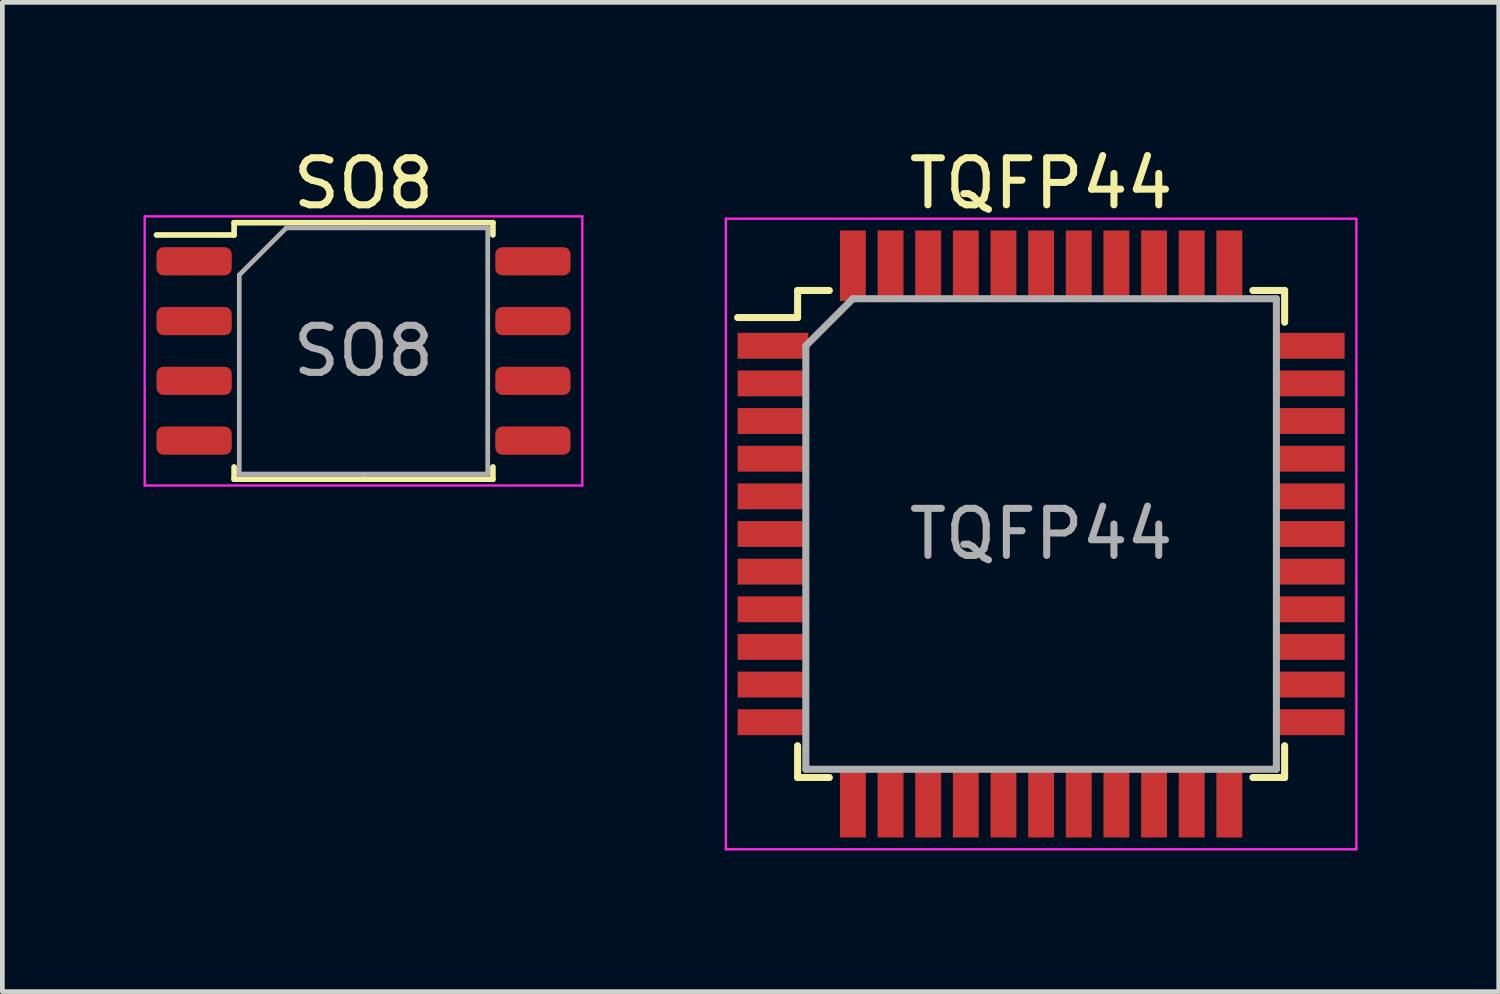
<source format=kicad_pcb>
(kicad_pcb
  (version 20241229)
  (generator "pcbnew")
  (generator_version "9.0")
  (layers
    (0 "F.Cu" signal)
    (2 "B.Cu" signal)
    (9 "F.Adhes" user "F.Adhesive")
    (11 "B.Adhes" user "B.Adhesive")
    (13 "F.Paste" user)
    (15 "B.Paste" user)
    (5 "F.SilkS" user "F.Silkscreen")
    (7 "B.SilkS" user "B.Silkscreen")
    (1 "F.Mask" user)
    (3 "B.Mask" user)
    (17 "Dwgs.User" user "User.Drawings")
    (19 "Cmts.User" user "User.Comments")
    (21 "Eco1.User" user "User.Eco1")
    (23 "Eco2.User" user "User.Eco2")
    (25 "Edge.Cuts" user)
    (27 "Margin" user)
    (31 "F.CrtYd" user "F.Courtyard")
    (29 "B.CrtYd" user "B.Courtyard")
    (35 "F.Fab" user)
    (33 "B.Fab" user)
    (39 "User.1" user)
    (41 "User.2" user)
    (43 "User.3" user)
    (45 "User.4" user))
  (footprint "SO8"
    (layer "F.Cu")
    (at 4.675 4.408)
    (property "Reference" "SO8" (at 0 -3.56 0) (layer "F.SilkS") (effects (font (size 1 1) (thickness 0.15))))
    (attr smd)
    (fp_line (start -2.75 -2.725) (end -2.75 -2.465) (stroke (width 0.12) (type solid)) (layer "F.SilkS"))
    (fp_line (start -2.75 -2.465) (end -4.4 -2.465) (stroke (width 0.12) (type solid)) (layer "F.SilkS"))
    (fp_line (start -2.75 2.725) (end -2.75 2.465) (stroke (width 0.12) (type solid)) (layer "F.SilkS"))
    (fp_line (start 0 -2.725) (end -2.75 -2.725) (stroke (width 0.12) (type solid)) (layer "F.SilkS"))
    (fp_line (start 0 -2.725) (end 2.75 -2.725) (stroke (width 0.12) (type solid)) (layer "F.SilkS"))
    (fp_line (start 0 2.725) (end -2.75 2.725) (stroke (width 0.12) (type solid)) (layer "F.SilkS"))
    (fp_line (start 0 2.725) (end 2.75 2.725) (stroke (width 0.12) (type solid)) (layer "F.SilkS"))
    (fp_line (start 2.75 -2.725) (end 2.75 -2.465) (stroke (width 0.12) (type solid)) (layer "F.SilkS"))
    (fp_line (start 2.75 2.725) (end 2.75 2.465) (stroke (width 0.12) (type solid)) (layer "F.SilkS"))
    (fp_line (start -4.65 -2.86) (end -4.65 2.86) (stroke (width 0.05) (type solid)) (layer "F.CrtYd"))
    (fp_line (start -4.65 2.86) (end 4.65 2.86) (stroke (width 0.05) (type solid)) (layer "F.CrtYd"))
    (fp_line (start 4.65 -2.86) (end -4.65 -2.86) (stroke (width 0.05) (type solid)) (layer "F.CrtYd"))
    (fp_line (start 4.65 2.86) (end 4.65 -2.86) (stroke (width 0.05) (type solid)) (layer "F.CrtYd"))
    (fp_line (start -2.64 -1.615) (end -1.64 -2.615) (stroke (width 0.1) (type solid)) (layer "F.Fab"))
    (fp_line (start -2.64 2.615) (end -2.64 -1.615) (stroke (width 0.1) (type solid)) (layer "F.Fab"))
    (fp_line (start -1.64 -2.615) (end 2.64 -2.615) (stroke (width 0.1) (type solid)) (layer "F.Fab"))
    (fp_line (start 2.64 -2.615) (end 2.64 2.615) (stroke (width 0.1) (type solid)) (layer "F.Fab"))
    (fp_line (start 2.64 2.615) (end -2.64 2.615) (stroke (width 0.1) (type solid)) (layer "F.Fab"))
    (fp_text user "${REFERENCE}" (at 0 0 0) (layer "F.Fab") (effects (font (size 1 1) (thickness 0.15))))
    (pad "1" smd roundrect (at -3.6 -1.905) (size 1.6 0.6) (layers "F.Cu" "F.Mask" "F.Paste") (roundrect_rratio 0.25))
    (pad "2" smd roundrect (at -3.6 -0.635) (size 1.6 0.6) (layers "F.Cu" "F.Mask" "F.Paste") (roundrect_rratio 0.25))
    (pad "3" smd roundrect (at -3.6 0.635) (size 1.6 0.6) (layers "F.Cu" "F.Mask" "F.Paste") (roundrect_rratio 0.25))
    (pad "4" smd roundrect (at -3.6 1.905) (size 1.6 0.6) (layers "F.Cu" "F.Mask" "F.Paste") (roundrect_rratio 0.25))
    (pad "5" smd roundrect (at 3.6 1.905) (size 1.6 0.6) (layers "F.Cu" "F.Mask" "F.Paste") (roundrect_rratio 0.25))
    (pad "6" smd roundrect (at 3.6 0.635) (size 1.6 0.6) (layers "F.Cu" "F.Mask" "F.Paste") (roundrect_rratio 0.25))
    (pad "7" smd roundrect (at 3.6 -0.635) (size 1.6 0.6) (layers "F.Cu" "F.Mask" "F.Paste") (roundrect_rratio 0.25))
    (pad "8" smd roundrect (at 3.6 -1.905) (size 1.6 0.6) (layers "F.Cu" "F.Mask" "F.Paste") (roundrect_rratio 0.25)))
  (footprint "TQFP44"
    (layer "F.Cu")
    (at 19.075 8.298)
    (property "Reference" "TQFP44" (at 0 -7.45 0) (layer "F.SilkS") (effects (font (size 1 1) (thickness 0.15))))
    (attr smd)
    (fp_line (start -5.175 -5.175) (end -5.175 -4.6) (stroke (width 0.15) (type solid)) (layer "F.SilkS"))
    (fp_line (start -5.175 -5.175) (end -4.5 -5.175) (stroke (width 0.15) (type solid)) (layer "F.SilkS"))
    (fp_line (start -5.175 -4.6) (end -6.45 -4.6) (stroke (width 0.15) (type solid)) (layer "F.SilkS"))
    (fp_line (start -5.175 5.175) (end -5.175 4.5) (stroke (width 0.15) (type solid)) (layer "F.SilkS"))
    (fp_line (start -5.175 5.175) (end -4.5 5.175) (stroke (width 0.15) (type solid)) (layer "F.SilkS"))
    (fp_line (start 5.175 -5.175) (end 4.5 -5.175) (stroke (width 0.15) (type solid)) (layer "F.SilkS"))
    (fp_line (start 5.175 -5.175) (end 5.175 -4.5) (stroke (width 0.15) (type solid)) (layer "F.SilkS"))
    (fp_line (start 5.175 5.175) (end 4.5 5.175) (stroke (width 0.15) (type solid)) (layer "F.SilkS"))
    (fp_line (start 5.175 5.175) (end 5.175 4.5) (stroke (width 0.15) (type solid)) (layer "F.SilkS"))
    (fp_line (start -6.7 -6.7) (end -6.7 6.7) (stroke (width 0.05) (type solid)) (layer "F.CrtYd"))
    (fp_line (start -6.7 -6.7) (end 6.7 -6.7) (stroke (width 0.05) (type solid)) (layer "F.CrtYd"))
    (fp_line (start -6.7 6.7) (end 6.7 6.7) (stroke (width 0.05) (type solid)) (layer "F.CrtYd"))
    (fp_line (start 6.7 -6.7) (end 6.7 6.7) (stroke (width 0.05) (type solid)) (layer "F.CrtYd"))
    (fp_line (start -5 -4) (end -4 -5) (stroke (width 0.15) (type solid)) (layer "F.Fab"))
    (fp_line (start -5 5) (end -5 -4) (stroke (width 0.15) (type solid)) (layer "F.Fab"))
    (fp_line (start -4 -5) (end 5 -5) (stroke (width 0.15) (type solid)) (layer "F.Fab"))
    (fp_line (start 5 -5) (end 5 5) (stroke (width 0.15) (type solid)) (layer "F.Fab"))
    (fp_line (start 5 5) (end -5 5) (stroke (width 0.15) (type solid)) (layer "F.Fab"))
    (fp_text user "${REFERENCE}" (at 0 0 0) (layer "F.Fab") (effects (font (size 1 1) (thickness 0.15))))
    (pad "1" smd rect (at -5.7 -4) (size 1.5 0.55) (layers "F.Cu" "F.Mask" "F.Paste"))
    (pad "2" smd rect (at -5.7 -3.2) (size 1.5 0.55) (layers "F.Cu" "F.Mask" "F.Paste"))
    (pad "3" smd rect (at -5.7 -2.4) (size 1.5 0.55) (layers "F.Cu" "F.Mask" "F.Paste"))
    (pad "4" smd rect (at -5.7 -1.6) (size 1.5 0.55) (layers "F.Cu" "F.Mask" "F.Paste"))
    (pad "5" smd rect (at -5.7 -0.8) (size 1.5 0.55) (layers "F.Cu" "F.Mask" "F.Paste"))
    (pad "6" smd rect (at -5.7 0) (size 1.5 0.55) (layers "F.Cu" "F.Mask" "F.Paste"))
    (pad "7" smd rect (at -5.7 0.8) (size 1.5 0.55) (layers "F.Cu" "F.Mask" "F.Paste"))
    (pad "8" smd rect (at -5.7 1.6) (size 1.5 0.55) (layers "F.Cu" "F.Mask" "F.Paste"))
    (pad "9" smd rect (at -5.7 2.4) (size 1.5 0.55) (layers "F.Cu" "F.Mask" "F.Paste"))
    (pad "10" smd rect (at -5.7 3.2) (size 1.5 0.55) (layers "F.Cu" "F.Mask" "F.Paste"))
    (pad "11" smd rect (at -5.7 4) (size 1.5 0.55) (layers "F.Cu" "F.Mask" "F.Paste"))
    (pad "12" smd rect (at -4 5.7 90) (size 1.5 0.55) (layers "F.Cu" "F.Mask" "F.Paste"))
    (pad "13" smd rect (at -3.2 5.7 90) (size 1.5 0.55) (layers "F.Cu" "F.Mask" "F.Paste"))
    (pad "14" smd rect (at -2.4 5.7 90) (size 1.5 0.55) (layers "F.Cu" "F.Mask" "F.Paste"))
    (pad "15" smd rect (at -1.6 5.7 90) (size 1.5 0.55) (layers "F.Cu" "F.Mask" "F.Paste"))
    (pad "16" smd rect (at -0.8 5.7 90) (size 1.5 0.55) (layers "F.Cu" "F.Mask" "F.Paste"))
    (pad "17" smd rect (at 0 5.7 90) (size 1.5 0.55) (layers "F.Cu" "F.Mask" "F.Paste"))
    (pad "18" smd rect (at 0.8 5.7 90) (size 1.5 0.55) (layers "F.Cu" "F.Mask" "F.Paste"))
    (pad "19" smd rect (at 1.6 5.7 90) (size 1.5 0.55) (layers "F.Cu" "F.Mask" "F.Paste"))
    (pad "20" smd rect (at 2.4 5.7 90) (size 1.5 0.55) (layers "F.Cu" "F.Mask" "F.Paste"))
    (pad "21" smd rect (at 3.2 5.7 90) (size 1.5 0.55) (layers "F.Cu" "F.Mask" "F.Paste"))
    (pad "22" smd rect (at 4 5.7 90) (size 1.5 0.55) (layers "F.Cu" "F.Mask" "F.Paste"))
    (pad "23" smd rect (at 5.7 4) (size 1.5 0.55) (layers "F.Cu" "F.Mask" "F.Paste"))
    (pad "24" smd rect (at 5.7 3.2) (size 1.5 0.55) (layers "F.Cu" "F.Mask" "F.Paste"))
    (pad "25" smd rect (at 5.7 2.4) (size 1.5 0.55) (layers "F.Cu" "F.Mask" "F.Paste"))
    (pad "26" smd rect (at 5.7 1.6) (size 1.5 0.55) (layers "F.Cu" "F.Mask" "F.Paste"))
    (pad "27" smd rect (at 5.7 0.8) (size 1.5 0.55) (layers "F.Cu" "F.Mask" "F.Paste"))
    (pad "28" smd rect (at 5.7 0) (size 1.5 0.55) (layers "F.Cu" "F.Mask" "F.Paste"))
    (pad "29" smd rect (at 5.7 -0.8) (size 1.5 0.55) (layers "F.Cu" "F.Mask" "F.Paste"))
    (pad "30" smd rect (at 5.7 -1.6) (size 1.5 0.55) (layers "F.Cu" "F.Mask" "F.Paste"))
    (pad "31" smd rect (at 5.7 -2.4) (size 1.5 0.55) (layers "F.Cu" "F.Mask" "F.Paste"))
    (pad "32" smd rect (at 5.7 -3.2) (size 1.5 0.55) (layers "F.Cu" "F.Mask" "F.Paste"))
    (pad "33" smd rect (at 5.7 -4) (size 1.5 0.55) (layers "F.Cu" "F.Mask" "F.Paste"))
    (pad "34" smd rect (at 4 -5.7 90) (size 1.5 0.55) (layers "F.Cu" "F.Mask" "F.Paste"))
    (pad "35" smd rect (at 3.2 -5.7 90) (size 1.5 0.55) (layers "F.Cu" "F.Mask" "F.Paste"))
    (pad "36" smd rect (at 2.4 -5.7 90) (size 1.5 0.55) (layers "F.Cu" "F.Mask" "F.Paste"))
    (pad "37" smd rect (at 1.6 -5.7 90) (size 1.5 0.55) (layers "F.Cu" "F.Mask" "F.Paste"))
    (pad "38" smd rect (at 0.8 -5.7 90) (size 1.5 0.55) (layers "F.Cu" "F.Mask" "F.Paste"))
    (pad "39" smd rect (at 0 -5.7 90) (size 1.5 0.55) (layers "F.Cu" "F.Mask" "F.Paste"))
    (pad "40" smd rect (at -0.8 -5.7 90) (size 1.5 0.55) (layers "F.Cu" "F.Mask" "F.Paste"))
    (pad "41" smd rect (at -1.6 -5.7 90) (size 1.5 0.55) (layers "F.Cu" "F.Mask" "F.Paste"))
    (pad "42" smd rect (at -2.4 -5.7 90) (size 1.5 0.55) (layers "F.Cu" "F.Mask" "F.Paste"))
    (pad "43" smd rect (at -3.2 -5.7 90) (size 1.5 0.55) (layers "F.Cu" "F.Mask" "F.Paste"))
    (pad "44" smd rect (at -4 -5.7 90) (size 1.5 0.55) (layers "F.Cu" "F.Mask" "F.Paste")))
  (gr_rect
    (start -3 -3)
    (end 28.8 18.023)
    (stroke (width 0.1) (type default))
    (fill no)
    (layer "Edge.Cuts")))
</source>
